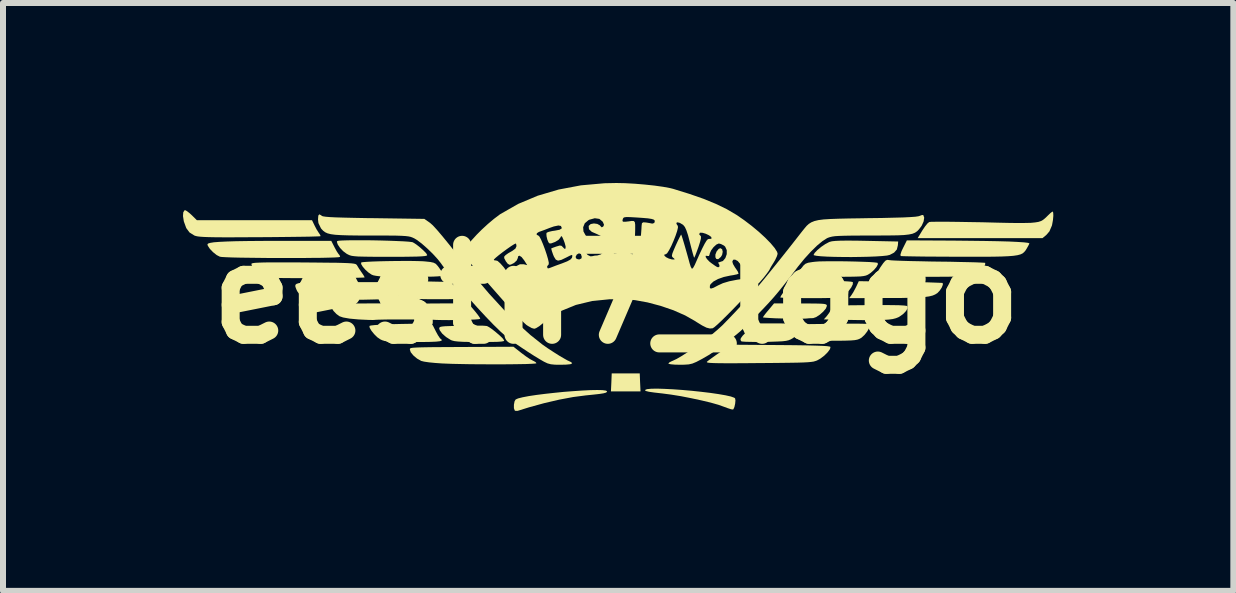
<source format=kicad_pcb>
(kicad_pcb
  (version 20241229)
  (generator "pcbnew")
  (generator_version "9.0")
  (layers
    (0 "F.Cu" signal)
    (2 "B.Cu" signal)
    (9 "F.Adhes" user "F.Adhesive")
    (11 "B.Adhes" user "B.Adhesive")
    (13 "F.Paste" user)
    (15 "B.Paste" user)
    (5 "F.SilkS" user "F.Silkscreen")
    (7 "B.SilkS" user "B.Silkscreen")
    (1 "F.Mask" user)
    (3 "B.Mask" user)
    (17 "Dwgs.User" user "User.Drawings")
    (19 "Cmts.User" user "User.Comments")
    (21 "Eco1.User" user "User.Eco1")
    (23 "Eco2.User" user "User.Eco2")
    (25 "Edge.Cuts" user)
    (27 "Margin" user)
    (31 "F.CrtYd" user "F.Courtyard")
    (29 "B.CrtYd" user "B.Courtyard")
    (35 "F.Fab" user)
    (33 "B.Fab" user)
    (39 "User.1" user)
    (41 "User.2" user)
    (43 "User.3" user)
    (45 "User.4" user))
  (footprint "eestn7_logo"
    (layer "F.Cu")
    (at 7.223 1.852)
    (property "Reference" "eestn7_logo" (at 0 0 0) (layer "F.SilkS") (effects (font (size 1.5 1.5) (thickness 0.3))))
    (attr board_only exclude_from_pos_files exclude_from_bom)
    (fp_poly (pts (xy 0.395 1.471) (xy 0.402 1.621) (xy 0.155 1.621) (xy -0.091 1.621) (xy -0.084 1.471) (xy -0.078 1.321) (xy 0.155 1.321) (xy 0.389 1.321)) (stroke (width 0) (type solid)) (fill yes) (layer "F.SilkS"))
    (fp_poly (pts (xy 1.762 -0.748) (xy 1.772 -0.706) (xy 1.762 -0.655) (xy 1.741 -0.62) (xy 1.697 -0.583) (xy 1.666 -0.586) (xy 1.65 -0.614) (xy 1.65 -0.66) (xy 1.671 -0.713) (xy 1.705 -0.754) (xy 1.733 -0.766)) (stroke (width 0) (type solid)) (fill yes) (layer "F.SilkS"))
    (fp_poly (pts (xy 4.583 0.183) (xy 4.71 0.185) (xy 4.797 0.19) (xy 4.843 0.197) (xy 4.849 0.199) (xy 4.854 0.232) (xy 4.829 0.279) (xy 4.781 0.33) (xy 4.718 0.375) (xy 4.698 0.386) (xy 4.657 0.402) (xy 4.606 0.415) (xy 4.539 0.424) (xy 4.452 0.43) (xy 4.339 0.434) (xy 4.196 0.434) (xy 4.018 0.432) (xy 3.843 0.429) (xy 3.457 0.421) (xy 3.502 0.371) (xy 3.545 0.314) (xy 3.578 0.255) (xy 3.609 0.189) (xy 4.217 0.183) (xy 4.418 0.182)) (stroke (width 0) (type solid)) (fill yes) (layer "F.SilkS"))
    (fp_poly (pts (xy -3.413 0.289) (xy -3.334 0.422) (xy -3.664 0.422) (xy -3.782 0.422) (xy -3.885 0.424) (xy -3.966 0.426) (xy -4.014 0.428) (xy -4.022 0.429) (xy -4.056 0.431) (xy -4.123 0.43) (xy -4.213 0.426) (xy -4.296 0.422) (xy -4.447 0.408) (xy -4.555 0.389) (xy -4.614 0.369) (xy -4.665 0.332) (xy -4.714 0.281) (xy -4.749 0.228) (xy -4.763 0.185) (xy -4.76 0.174) (xy -4.736 0.169) (xy -4.673 0.165) (xy -4.577 0.161) (xy -4.454 0.158) (xy -4.309 0.156) (xy -4.149 0.155) (xy -4.121 0.155) (xy -3.493 0.155)) (stroke (width 0) (type solid)) (fill yes) (layer "F.SilkS"))
    (fp_poly (pts (xy -2.363 0.278) (xy -2.314 0.339) (xy -2.28 0.386) (xy -2.269 0.411) (xy -2.27 0.412) (xy -2.297 0.418) (xy -2.36 0.423) (xy -2.45 0.427) (xy -2.558 0.43) (xy -2.676 0.432) (xy -2.795 0.433) (xy -2.907 0.432) (xy -3.002 0.43) (xy -3.072 0.426) (xy -3.102 0.422) (xy -3.176 0.4) (xy -3.242 0.371) (xy -3.252 0.365) (xy -3.304 0.321) (xy -3.353 0.265) (xy -3.387 0.211) (xy -3.397 0.18) (xy -3.379 0.171) (xy -3.324 0.164) (xy -3.23 0.159) (xy -3.095 0.156) (xy -2.932 0.155) (xy -2.468 0.155)) (stroke (width 0) (type solid)) (fill yes) (layer "F.SilkS"))
    (fp_poly (pts (xy 4.734 -0.205) (xy 4.905 -0.202) (xy 5.062 -0.199) (xy 5.198 -0.196) (xy 5.309 -0.192) (xy 5.388 -0.189) (xy 5.432 -0.187) (xy 5.438 -0.186) (xy 5.441 -0.157) (xy 5.422 -0.109) (xy 5.388 -0.058) (xy 5.348 -0.016) (xy 5.347 -0.016) (xy 5.312 0.006) (xy 5.269 0.024) (xy 5.212 0.038) (xy 5.138 0.048) (xy 5.041 0.055) (xy 4.915 0.06) (xy 4.758 0.064) (xy 4.562 0.065) (xy 4.477 0.065) (xy 3.88 0.067) (xy 3.917 0.017) (xy 3.95 -0.035) (xy 3.987 -0.104) (xy 3.997 -0.124) (xy 4.04 -0.216)) (stroke (width 0) (type solid)) (fill yes) (layer "F.SilkS"))
    (fp_poly (pts (xy 2.843 0.489) (xy 2.949 0.492) (xy 3.022 0.496) (xy 3.067 0.503) (xy 3.089 0.513) (xy 3.093 0.519) (xy 3.09 0.565) (xy 3.057 0.624) (xy 3.003 0.686) (xy 2.939 0.735) (xy 2.904 0.755) (xy 2.869 0.769) (xy 2.826 0.779) (xy 2.765 0.786) (xy 2.681 0.79) (xy 2.565 0.794) (xy 2.476 0.795) (xy 2.35 0.797) (xy 2.24 0.796) (xy 2.154 0.794) (xy 2.098 0.79) (xy 2.081 0.786) (xy 2.068 0.763) (xy 2.074 0.734) (xy 2.105 0.692) (xy 2.165 0.631) (xy 2.189 0.607) (xy 2.314 0.488) (xy 2.698 0.488)) (stroke (width 0) (type solid)) (fill yes) (layer "F.SilkS"))
    (fp_poly (pts (xy 4.006 -0.891) (xy 4.163 -0.888) (xy 4.696 -0.877) (xy 4.691 -0.814) (xy 4.674 -0.744) (xy 4.628 -0.692) (xy 4.556 -0.654) (xy 4.51 -0.643) (xy 4.431 -0.635) (xy 4.325 -0.628) (xy 4.2 -0.623) (xy 4.061 -0.62) (xy 3.916 -0.618) (xy 3.772 -0.619) (xy 3.634 -0.621) (xy 3.511 -0.625) (xy 3.408 -0.631) (xy 3.333 -0.639) (xy 3.292 -0.648) (xy 3.286 -0.653) (xy 3.304 -0.687) (xy 3.349 -0.734) (xy 3.411 -0.786) (xy 3.48 -0.833) (xy 3.544 -0.867) (xy 3.554 -0.871) (xy 3.593 -0.881) (xy 3.652 -0.887) (xy 3.738 -0.891) (xy 3.854 -0.892)) (stroke (width 0) (type solid)) (fill yes) (layer "F.SilkS"))
    (fp_poly (pts (xy -0.231 1.6) (xy -0.174 1.608) (xy -0.155 1.62) (xy -0.161 1.633) (xy -0.18 1.644) (xy -0.22 1.654) (xy -0.286 1.664) (xy -0.385 1.675) (xy -0.512 1.688) (xy -0.72 1.715) (xy -0.955 1.759) (xy -1.204 1.817) (xy -1.455 1.886) (xy -1.644 1.945) (xy -1.682 1.946) (xy -1.694 1.94) (xy -1.708 1.901) (xy -1.708 1.843) (xy -1.697 1.786) (xy -1.679 1.756) (xy -1.638 1.738) (xy -1.563 1.719) (xy -1.458 1.699) (xy -1.331 1.68) (xy -1.188 1.662) (xy -1.034 1.645) (xy -0.876 1.629) (xy -0.719 1.617) (xy -0.57 1.607) (xy -0.435 1.6) (xy -0.32 1.598)) (stroke (width 0) (type solid)) (fill yes) (layer "F.SilkS"))
    (fp_poly (pts (xy 3.218 0.156) (xy 3.329 0.157) (xy 3.408 0.159) (xy 3.46 0.163) (xy 3.49 0.17) (xy 3.504 0.18) (xy 3.508 0.193) (xy 3.508 0.197) (xy 3.491 0.24) (xy 3.446 0.293) (xy 3.388 0.344) (xy 3.328 0.383) (xy 3.279 0.4) (xy 3.278 0.4) (xy 3.214 0.402) (xy 3.161 0.407) (xy 3.116 0.409) (xy 3.037 0.409) (xy 2.933 0.409) (xy 2.815 0.407) (xy 2.77 0.406) (xy 2.655 0.403) (xy 2.558 0.398) (xy 2.486 0.393) (xy 2.447 0.389) (xy 2.442 0.386) (xy 2.456 0.364) (xy 2.49 0.319) (xy 2.535 0.265) (xy 2.627 0.155) (xy 3.067 0.155)) (stroke (width 0) (type solid)) (fill yes) (layer "F.SilkS"))
    (fp_poly (pts (xy 4.074 0.493) (xy 4.157 0.495) (xy 4.205 0.497) (xy 4.214 0.499) (xy 4.225 0.523) (xy 4.211 0.568) (xy 4.179 0.624) (xy 4.135 0.68) (xy 4.086 0.725) (xy 4.072 0.734) (xy 4.045 0.748) (xy 4.014 0.759) (xy 3.971 0.767) (xy 3.91 0.772) (xy 3.826 0.775) (xy 3.71 0.777) (xy 3.558 0.777) (xy 3.533 0.777) (xy 3.394 0.777) (xy 3.272 0.775) (xy 3.172 0.772) (xy 3.101 0.769) (xy 3.067 0.765) (xy 3.064 0.764) (xy 3.075 0.738) (xy 3.103 0.694) (xy 3.105 0.692) (xy 3.143 0.626) (xy 3.168 0.566) (xy 3.19 0.5) (xy 3.687 0.494) (xy 3.832 0.492) (xy 3.964 0.492)) (stroke (width 0) (type solid)) (fill yes) (layer "F.SilkS"))
    (fp_poly (pts (xy -4.63 -0.2) (xy -3.931 -0.2) (xy -3.883 -0.105) (xy -3.847 -0.04) (xy -3.812 0.014) (xy -3.802 0.028) (xy -3.779 0.061) (xy -3.776 0.075) (xy -3.803 0.079) (xy -3.867 0.084) (xy -3.96 0.087) (xy -4.077 0.09) (xy -4.209 0.093) (xy -4.349 0.094) (xy -4.49 0.095) (xy -4.626 0.095) (xy -4.748 0.094) (xy -4.849 0.091) (xy -4.885 0.09) (xy -5.034 0.08) (xy -5.145 0.063) (xy -5.226 0.038) (xy -5.281 0.003) (xy -5.318 -0.046) (xy -5.33 -0.07) (xy -5.344 -0.105) (xy -5.352 -0.133) (xy -5.349 -0.155) (xy -5.331 -0.171) (xy -5.294 -0.183) (xy -5.235 -0.191) (xy -5.149 -0.196) (xy -5.031 -0.199) (xy -4.879 -0.2) (xy -4.687 -0.2)) (stroke (width 0) (type solid)) (fill yes) (layer "F.SilkS"))
    (fp_poly (pts (xy -3.265 0.497) (xy -3.21 0.5) (xy -3.062 0.516) (xy -3.008 0.623) (xy -2.974 0.685) (xy -2.944 0.73) (xy -2.931 0.744) (xy -2.91 0.761) (xy -2.913 0.775) (xy -2.944 0.785) (xy -3.006 0.792) (xy -3.103 0.796) (xy -3.237 0.798) (xy -3.38 0.798) (xy -3.539 0.798) (xy -3.661 0.796) (xy -3.751 0.793) (xy -3.817 0.788) (xy -3.864 0.78) (xy -3.901 0.769) (xy -3.932 0.755) (xy -3.935 0.753) (xy -3.986 0.718) (xy -4.038 0.666) (xy -4.083 0.61) (xy -4.112 0.561) (xy -4.116 0.53) (xy -4.092 0.523) (xy -4.03 0.516) (xy -3.941 0.51) (xy -3.831 0.505) (xy -3.71 0.5) (xy -3.584 0.497) (xy -3.463 0.495) (xy -3.353 0.495)) (stroke (width 0) (type solid)) (fill yes) (layer "F.SilkS"))
    (fp_poly (pts (xy -2.248 0.528) (xy -2.187 0.529) (xy -2.166 0.53) (xy -2.129 0.546) (xy -2.072 0.584) (xy -2.007 0.636) (xy -1.944 0.69) (xy -1.894 0.739) (xy -1.87 0.773) (xy -1.87 0.773) (xy -1.878 0.783) (xy -1.914 0.79) (xy -1.979 0.795) (xy -2.08 0.797) (xy -2.22 0.798) (xy -2.279 0.798) (xy -2.435 0.797) (xy -2.552 0.795) (xy -2.638 0.79) (xy -2.699 0.783) (xy -2.742 0.772) (xy -2.764 0.762) (xy -2.84 0.714) (xy -2.903 0.658) (xy -2.943 0.604) (xy -2.953 0.573) (xy -2.95 0.558) (xy -2.937 0.547) (xy -2.907 0.54) (xy -2.854 0.535) (xy -2.773 0.532) (xy -2.657 0.53) (xy -2.581 0.529) (xy -2.454 0.528) (xy -2.34 0.528)) (stroke (width 0) (type solid)) (fill yes) (layer "F.SilkS"))
    (fp_poly (pts (xy 0.801 1.579) (xy 0.943 1.586) (xy 1.097 1.597) (xy 1.257 1.611) (xy 1.415 1.628) (xy 1.565 1.646) (xy 1.702 1.666) (xy 1.818 1.686) (xy 1.907 1.706) (xy 1.963 1.726) (xy 1.978 1.737) (xy 1.984 1.772) (xy 1.979 1.826) (xy 1.967 1.881) (xy 1.95 1.918) (xy 1.943 1.923) (xy 1.912 1.919) (xy 1.854 1.9) (xy 1.797 1.879) (xy 1.702 1.845) (xy 1.572 1.808) (xy 1.417 1.771) (xy 1.249 1.735) (xy 1.076 1.701) (xy 0.908 1.674) (xy 0.755 1.654) (xy 0.744 1.653) (xy 0.623 1.639) (xy 0.541 1.627) (xy 0.494 1.615) (xy 0.477 1.604) (xy 0.478 1.597) (xy 0.509 1.584) (xy 0.578 1.577) (xy 0.677 1.575)) (stroke (width 0) (type solid)) (fill yes) (layer "F.SilkS"))
    (fp_poly (pts (xy -3.466 -0.217) (xy -3.289 -0.214) (xy -3.142 -0.211) (xy -3.01 -0.208) (xy -2.9 -0.206) (xy -2.817 -0.204) (xy -2.77 -0.202) (xy -2.76 -0.202) (xy -2.742 -0.182) (xy -2.709 -0.137) (xy -2.668 -0.078) (xy -2.627 -0.016) (xy -2.594 0.036) (xy -2.576 0.067) (xy -2.576 0.07) (xy -2.596 0.076) (xy -2.654 0.08) (xy -2.74 0.083) (xy -2.847 0.085) (xy -2.968 0.085) (xy -3.094 0.085) (xy -3.217 0.083) (xy -3.33 0.08) (xy -3.425 0.076) (xy -3.495 0.07) (xy -3.508 0.069) (xy -3.593 0.047) (xy -3.677 0.012) (xy -3.692 0.003) (xy -3.753 -0.045) (xy -3.801 -0.103) (xy -3.829 -0.159) (xy -3.829 -0.2) (xy -3.829 -0.202) (xy -3.802 -0.21) (xy -3.733 -0.216) (xy -3.621 -0.218)) (stroke (width 0) (type solid)) (fill yes) (layer "F.SilkS"))
    (fp_poly (pts (xy 3.507 -0.222) (xy 3.633 -0.22) (xy 3.747 -0.218) (xy 3.842 -0.213) (xy 3.909 -0.208) (xy 3.94 -0.201) (xy 3.941 -0.199) (xy 3.94 -0.164) (xy 3.914 -0.111) (xy 3.87 -0.052) (xy 3.817 -0.000309) (xy 3.787 0.021) (xy 3.76 0.036) (xy 3.73 0.047) (xy 3.691 0.055) (xy 3.635 0.061) (xy 3.557 0.064) (xy 3.45 0.066) (xy 3.309 0.067) (xy 3.222 0.067) (xy 3.08 0.066) (xy 2.954 0.065) (xy 2.85 0.063) (xy 2.775 0.06) (xy 2.736 0.057) (xy 2.731 0.056) (xy 2.744 0.027) (xy 2.778 -0.023) (xy 2.823 -0.082) (xy 2.871 -0.14) (xy 2.911 -0.184) (xy 2.932 -0.2) (xy 2.967 -0.208) (xy 3.036 -0.213) (xy 3.133 -0.218) (xy 3.249 -0.221) (xy 3.376 -0.222)) (stroke (width 0) (type solid)) (fill yes) (layer "F.SilkS"))
    (fp_poly (pts (xy 5.612 -0.892) (xy 5.892 -0.889) (xy 6.141 -0.886) (xy 6.357 -0.882) (xy 6.539 -0.877) (xy 6.684 -0.87) (xy 6.792 -0.863) (xy 6.858 -0.855) (xy 6.883 -0.847) (xy 6.883 -0.846) (xy 6.872 -0.82) (xy 6.846 -0.773) (xy 6.838 -0.759) (xy 6.818 -0.727) (xy 6.796 -0.701) (xy 6.77 -0.679) (xy 6.734 -0.662) (xy 6.685 -0.649) (xy 6.619 -0.639) (xy 6.532 -0.632) (xy 6.419 -0.627) (xy 6.277 -0.624) (xy 6.102 -0.623) (xy 5.89 -0.623) (xy 5.701 -0.623) (xy 5.501 -0.624) (xy 5.314 -0.625) (xy 5.145 -0.626) (xy 5 -0.628) (xy 4.882 -0.63) (xy 4.796 -0.632) (xy 4.747 -0.634) (xy 4.738 -0.635) (xy 4.734 -0.66) (xy 4.752 -0.716) (xy 4.778 -0.77) (xy 4.841 -0.896)) (stroke (width 0) (type solid)) (fill yes) (layer "F.SilkS"))
    (fp_poly (pts (xy 7.28 -1.357) (xy 7.282 -1.306) (xy 7.276 -1.236) (xy 7.262 -1.159) (xy 7.258 -1.142) (xy 7.217 -1.046) (xy 7.167 -0.988) (xy 7.101 -0.933) (xy 6.061 -0.933) (xy 5.021 -0.933) (xy 5.098 -1.06) (xy 5.143 -1.127) (xy 5.185 -1.179) (xy 5.214 -1.202) (xy 5.244 -1.205) (xy 5.314 -1.206) (xy 5.418 -1.207) (xy 5.551 -1.206) (xy 5.709 -1.204) (xy 5.885 -1.201) (xy 6.076 -1.198) (xy 6.124 -1.197) (xy 6.352 -1.191) (xy 6.539 -1.187) (xy 6.691 -1.185) (xy 6.812 -1.186) (xy 6.906 -1.188) (xy 6.979 -1.195) (xy 7.034 -1.204) (xy 7.076 -1.218) (xy 7.11 -1.237) (xy 7.14 -1.261) (xy 7.171 -1.29) (xy 7.19 -1.309) (xy 7.234 -1.351) (xy 7.264 -1.374) (xy 7.27 -1.377)) (stroke (width 0) (type solid)) (fill yes) (layer "F.SilkS"))
    (fp_poly (pts (xy -4.697 -0.779) (xy -4.662 -0.715) (xy -4.632 -0.669) (xy -4.618 -0.655) (xy -4.605 -0.628) (xy -4.608 -0.62) (xy -4.632 -0.615) (xy -4.696 -0.611) (xy -4.793 -0.608) (xy -4.917 -0.605) (xy -5.065 -0.604) (xy -5.229 -0.602) (xy -5.405 -0.602) (xy -5.588 -0.602) (xy -5.77 -0.602) (xy -5.948 -0.604) (xy -6.116 -0.606) (xy -6.268 -0.608) (xy -6.399 -0.611) (xy -6.503 -0.615) (xy -6.576 -0.619) (xy -6.609 -0.624) (xy -6.662 -0.651) (xy -6.722 -0.699) (xy -6.775 -0.754) (xy -6.809 -0.805) (xy -6.816 -0.83) (xy -6.805 -0.843) (xy -6.77 -0.854) (xy -6.708 -0.864) (xy -6.617 -0.871) (xy -6.494 -0.877) (xy -6.337 -0.882) (xy -6.144 -0.885) (xy -5.913 -0.887) (xy -5.639 -0.888) (xy -5.568 -0.888) (xy -4.752 -0.888)) (stroke (width 0) (type solid)) (fill yes) (layer "F.SilkS"))
    (fp_poly (pts (xy -7.158 -1.384) (xy -7.111 -1.347) (xy -7.077 -1.316) (xy -6.992 -1.232) (xy -6.032 -1.232) (xy -5.073 -1.232) (xy -5.029 -1.141) (xy -4.995 -1.076) (xy -4.962 -1.024) (xy -4.954 -1.013) (xy -4.933 -0.979) (xy -4.933 -0.965) (xy -4.957 -0.963) (xy -5.021 -0.961) (xy -5.12 -0.958) (xy -5.25 -0.956) (xy -5.406 -0.954) (xy -5.585 -0.952) (xy -5.781 -0.95) (xy -5.95 -0.949) (xy -6.191 -0.948) (xy -6.392 -0.947) (xy -6.557 -0.947) (xy -6.689 -0.948) (xy -6.794 -0.95) (xy -6.874 -0.953) (xy -6.934 -0.957) (xy -6.978 -0.962) (xy -7.01 -0.969) (xy -7.034 -0.977) (xy -7.037 -0.979) (xy -7.115 -1.028) (xy -7.169 -1.101) (xy -7.207 -1.206) (xy -7.21 -1.216) (xy -7.223 -1.3) (xy -7.219 -1.362) (xy -7.199 -1.396) (xy -7.187 -1.399)) (stroke (width 0) (type solid)) (fill yes) (layer "F.SilkS"))
    (fp_poly (pts (xy -3.426 -0.553) (xy -3.314 -0.551) (xy -3.226 -0.548) (xy -3.189 -0.545) (xy -3.102 -0.536) (xy -3.047 -0.524) (xy -3.01 -0.505) (xy -2.978 -0.47) (xy -2.954 -0.438) (xy -2.915 -0.38) (xy -2.891 -0.333) (xy -2.886 -0.318) (xy -2.895 -0.308) (xy -2.923 -0.301) (xy -2.975 -0.296) (xy -3.055 -0.292) (xy -3.168 -0.29) (xy -3.319 -0.289) (xy -3.447 -0.289) (xy -3.625 -0.29) (xy -3.765 -0.291) (xy -3.871 -0.294) (xy -3.95 -0.298) (xy -4.007 -0.305) (xy -4.048 -0.313) (xy -4.078 -0.324) (xy -4.081 -0.326) (xy -4.132 -0.36) (xy -4.184 -0.407) (xy -4.228 -0.458) (xy -4.254 -0.501) (xy -4.254 -0.527) (xy -4.227 -0.533) (xy -4.163 -0.538) (xy -4.07 -0.543) (xy -3.955 -0.547) (xy -3.825 -0.55) (xy -3.689 -0.552) (xy -3.553 -0.553)) (stroke (width 0) (type solid)) (fill yes) (layer "F.SilkS"))
    (fp_poly (pts (xy 2.735 0.849) (xy 2.971 0.851) (xy 3.164 0.854) (xy 3.317 0.858) (xy 3.432 0.862) (xy 3.511 0.867) (xy 3.555 0.874) (xy 3.568 0.88) (xy 3.56 0.916) (xy 3.523 0.967) (xy 3.467 1.023) (xy 3.402 1.073) (xy 3.367 1.093) (xy 3.343 1.106) (xy 3.317 1.115) (xy 3.286 1.124) (xy 3.245 1.13) (xy 3.189 1.135) (xy 3.115 1.139) (xy 3.016 1.142) (xy 2.89 1.144) (xy 2.732 1.146) (xy 2.536 1.148) (xy 2.376 1.149) (xy 2.15 1.151) (xy 1.965 1.152) (xy 1.818 1.152) (xy 1.704 1.151) (xy 1.619 1.149) (xy 1.561 1.146) (xy 1.525 1.142) (xy 1.509 1.136) (xy 1.507 1.129) (xy 1.51 1.126) (xy 1.542 1.1) (xy 1.601 1.057) (xy 1.677 1.003) (xy 1.727 0.969) (xy 1.911 0.843)) (stroke (width 0) (type solid)) (fill yes) (layer "F.SilkS"))
    (fp_poly (pts (xy 3.719 -0.548) (xy 3.854 -0.546) (xy 3.988 -0.543) (xy 4.112 -0.539) (xy 4.218 -0.535) (xy 4.299 -0.529) (xy 4.346 -0.523) (xy 4.354 -0.52) (xy 4.358 -0.496) (xy 4.335 -0.453) (xy 4.293 -0.403) (xy 4.24 -0.356) (xy 4.21 -0.335) (xy 4.184 -0.32) (xy 4.156 -0.309) (xy 4.119 -0.301) (xy 4.067 -0.295) (xy 3.994 -0.292) (xy 3.895 -0.29) (xy 3.764 -0.289) (xy 3.594 -0.289) (xy 3.59 -0.289) (xy 3.393 -0.29) (xy 3.239 -0.292) (xy 3.127 -0.297) (xy 3.058 -0.304) (xy 3.03 -0.312) (xy 3.029 -0.313) (xy 3.033 -0.343) (xy 3.058 -0.394) (xy 3.081 -0.429) (xy 3.118 -0.477) (xy 3.151 -0.506) (xy 3.195 -0.523) (xy 3.262 -0.534) (xy 3.311 -0.54) (xy 3.377 -0.545) (xy 3.472 -0.547) (xy 3.589 -0.548)) (stroke (width 0) (type solid)) (fill yes) (layer "F.SilkS"))
    (fp_poly (pts (xy -4.222 -0.898) (xy -4.079 -0.897) (xy -3.933 -0.894) (xy -3.791 -0.89) (xy -3.661 -0.885) (xy -3.548 -0.88) (xy -3.461 -0.874) (xy -3.405 -0.867) (xy -3.391 -0.863) (xy -3.334 -0.827) (xy -3.272 -0.778) (xy -3.214 -0.726) (xy -3.17 -0.681) (xy -3.153 -0.651) (xy -3.153 -0.65) (xy -3.161 -0.642) (xy -3.19 -0.635) (xy -3.242 -0.63) (xy -3.322 -0.626) (xy -3.434 -0.624) (xy -3.583 -0.622) (xy -3.771 -0.622) (xy -3.78 -0.622) (xy -3.964 -0.622) (xy -4.109 -0.623) (xy -4.22 -0.625) (xy -4.304 -0.627) (xy -4.365 -0.632) (xy -4.41 -0.638) (xy -4.443 -0.647) (xy -4.47 -0.659) (xy -4.495 -0.672) (xy -4.553 -0.715) (xy -4.605 -0.769) (xy -4.643 -0.825) (xy -4.658 -0.869) (xy -4.654 -0.884) (xy -4.629 -0.89) (xy -4.566 -0.894) (xy -4.473 -0.897) (xy -4.356 -0.898)) (stroke (width 0) (type solid)) (fill yes) (layer "F.SilkS"))
    (fp_poly (pts (xy -1.582 0.982) (xy -1.508 1.037) (xy -1.441 1.082) (xy -1.393 1.108) (xy -1.39 1.109) (xy -1.348 1.132) (xy -1.332 1.152) (xy -1.353 1.157) (xy -1.413 1.161) (xy -1.506 1.165) (xy -1.626 1.167) (xy -1.767 1.169) (xy -1.923 1.17) (xy -2.089 1.17) (xy -2.259 1.169) (xy -2.427 1.168) (xy -2.588 1.165) (xy -2.734 1.162) (xy -2.862 1.157) (xy -2.909 1.155) (xy -3.022 1.147) (xy -3.124 1.137) (xy -3.205 1.125) (xy -3.253 1.113) (xy -3.322 1.074) (xy -3.384 1.022) (xy -3.428 0.968) (xy -3.441 0.928) (xy -3.442 0.919) (xy -3.441 0.91) (xy -3.435 0.904) (xy -3.42 0.898) (xy -3.393 0.894) (xy -3.35 0.891) (xy -3.287 0.888) (xy -3.201 0.886) (xy -3.089 0.884) (xy -2.946 0.883) (xy -2.768 0.882) (xy -2.553 0.881) (xy -2.34 0.88) (xy -1.715 0.877)) (stroke (width 0) (type solid)) (fill yes) (layer "F.SilkS"))
    (fp_poly (pts (xy 4.543 -0.568) (xy 4.548 -0.567) (xy 4.584 -0.563) (xy 4.658 -0.559) (xy 4.766 -0.555) (xy 4.901 -0.551) (xy 5.058 -0.548) (xy 5.232 -0.544) (xy 5.372 -0.542) (xy 5.552 -0.54) (xy 5.717 -0.536) (xy 5.863 -0.533) (xy 5.984 -0.53) (xy 6.075 -0.526) (xy 6.131 -0.523) (xy 6.147 -0.521) (xy 6.146 -0.496) (xy 6.128 -0.448) (xy 6.123 -0.436) (xy 6.104 -0.4) (xy 6.083 -0.37) (xy 6.056 -0.346) (xy 6.018 -0.327) (xy 5.964 -0.313) (xy 5.891 -0.303) (xy 5.794 -0.296) (xy 5.67 -0.292) (xy 5.513 -0.29) (xy 5.319 -0.289) (xy 5.135 -0.289) (xy 4.951 -0.289) (xy 4.781 -0.29) (xy 4.631 -0.291) (xy 4.505 -0.293) (xy 4.408 -0.296) (xy 4.347 -0.299) (xy 4.324 -0.301) (xy 4.329 -0.325) (xy 4.355 -0.374) (xy 4.395 -0.44) (xy 4.4 -0.448) (xy 4.448 -0.517) (xy 4.482 -0.556) (xy 4.511 -0.571)) (stroke (width 0) (type solid)) (fill yes) (layer "F.SilkS"))
    (fp_poly (pts (xy -5.413 -0.529) (xy -5.215 -0.528) (xy -4.995 -0.526) (xy -4.816 -0.524) (xy -4.673 -0.523) (xy -4.562 -0.52) (xy -4.478 -0.517) (xy -4.417 -0.513) (xy -4.376 -0.508) (xy -4.349 -0.502) (xy -4.334 -0.493) (xy -4.324 -0.483) (xy -4.321 -0.477) (xy -4.292 -0.429) (xy -4.252 -0.37) (xy -4.246 -0.362) (xy -4.214 -0.314) (xy -4.197 -0.283) (xy -4.196 -0.279) (xy -4.218 -0.276) (xy -4.279 -0.274) (xy -4.374 -0.271) (xy -4.5 -0.269) (xy -4.65 -0.268) (xy -4.82 -0.267) (xy -5.006 -0.267) (xy -5.023 -0.267) (xy -5.238 -0.267) (xy -5.413 -0.267) (xy -5.552 -0.268) (xy -5.661 -0.27) (xy -5.744 -0.273) (xy -5.805 -0.277) (xy -5.848 -0.283) (xy -5.88 -0.29) (xy -5.903 -0.3) (xy -5.919 -0.308) (xy -5.982 -0.356) (xy -6.037 -0.415) (xy -6.074 -0.471) (xy -6.084 -0.503) (xy -6.077 -0.511) (xy -6.057 -0.517) (xy -6.018 -0.522) (xy -5.956 -0.525) (xy -5.869 -0.528) (xy -5.751 -0.529) (xy -5.601 -0.529)) (stroke (width 0) (type solid)) (fill yes) (layer "F.SilkS"))
    (fp_poly (pts (xy -4.919 -1.313) (xy -4.91 -1.304) (xy -4.891 -1.297) (xy -4.847 -1.29) (xy -4.776 -1.284) (xy -4.675 -1.279) (xy -4.54 -1.275) (xy -4.368 -1.271) (xy -4.157 -1.267) (xy -4.042 -1.266) (xy -3.201 -1.254) (xy -3.105 -1.187) (xy -3.059 -1.146) (xy -2.99 -1.071) (xy -2.899 -0.964) (xy -2.789 -0.829) (xy -2.661 -0.667) (xy -2.609 -0.6) (xy -2.363 -0.291) (xy -2.119 -0.005) (xy -1.881 0.255) (xy -1.651 0.485) (xy -1.432 0.682) (xy -1.228 0.844) (xy -1.143 0.903) (xy -1.042 0.969) (xy -0.947 1.029) (xy -0.868 1.075) (xy -0.815 1.105) (xy -0.805 1.109) (xy -0.751 1.135) (xy -0.738 1.155) (xy -0.767 1.168) (xy -0.839 1.175) (xy -0.927 1.177) (xy -1.024 1.176) (xy -1.092 1.169) (xy -1.148 1.154) (xy -1.207 1.126) (xy -1.266 1.092) (xy -1.367 1.031) (xy -1.481 0.958) (xy -1.597 0.881) (xy -1.704 0.808) (xy -1.79 0.745) (xy -1.83 0.714) (xy -1.928 0.627) (xy -2.047 0.511) (xy -2.179 0.374) (xy -2.319 0.223) (xy -2.461 0.065) (xy -2.597 -0.094) (xy -2.723 -0.246) (xy -2.83 -0.383) (xy -2.914 -0.499) (xy -2.916 -0.503) (xy -2.977 -0.581) (xy -3.059 -0.671) (xy -3.152 -0.761) (xy -3.245 -0.843) (xy -3.328 -0.905) (xy -3.368 -0.929) (xy -3.398 -0.943) (xy -3.428 -0.954) (xy -3.465 -0.962) (xy -3.515 -0.968) (xy -3.582 -0.972) (xy -3.673 -0.975) (xy -3.793 -0.976) (xy -3.947 -0.977) (xy -4.096 -0.977) (xy -4.297 -0.977) (xy -4.459 -0.979) (xy -4.586 -0.983) (xy -4.685 -0.989) (xy -4.759 -0.999) (xy -4.814 -1.013) (xy -4.855 -1.032) (xy -4.888 -1.057) (xy -4.917 -1.088) (xy -4.925 -1.099) (xy -4.966 -1.184) (xy -4.973 -1.246) (xy -4.968 -1.309) (xy -4.951 -1.33)) (stroke (width 0) (type solid)) (fill yes) (layer "F.SilkS"))
    (fp_poly (pts (xy 5.115 -1.317) (xy 5.13 -1.274) (xy 5.12 -1.211) (xy 5.089 -1.142) (xy 5.072 -1.118) (xy 5.042 -1.079) (xy 5.012 -1.048) (xy 4.977 -1.024) (xy 4.933 -1.006) (xy 4.874 -0.994) (xy 4.795 -0.985) (xy 4.691 -0.98) (xy 4.556 -0.978) (xy 4.386 -0.977) (xy 4.247 -0.976) (xy 4.06 -0.976) (xy 3.912 -0.975) (xy 3.797 -0.973) (xy 3.709 -0.97) (xy 3.644 -0.966) (xy 3.596 -0.959) (xy 3.558 -0.95) (xy 3.526 -0.939) (xy 3.51 -0.932) (xy 3.436 -0.885) (xy 3.343 -0.808) (xy 3.239 -0.706) (xy 3.131 -0.587) (xy 3.024 -0.456) (xy 3.007 -0.433) (xy 2.89 -0.279) (xy 2.791 -0.152) (xy 2.704 -0.044) (xy 2.621 0.054) (xy 2.536 0.149) (xy 2.441 0.25) (xy 2.334 0.36) (xy 2.067 0.618) (xy 1.807 0.833) (xy 1.55 1.009) (xy 1.418 1.085) (xy 1.332 1.13) (xy 1.267 1.157) (xy 1.206 1.171) (xy 1.131 1.176) (xy 1.057 1.177) (xy 0.971 1.175) (xy 0.905 1.169) (xy 0.87 1.161) (xy 0.866 1.157) (xy 0.885 1.136) (xy 0.93 1.114) (xy 0.934 1.113) (xy 1.002 1.081) (xy 1.095 1.027) (xy 1.206 0.955) (xy 1.328 0.871) (xy 1.451 0.781) (xy 1.569 0.691) (xy 1.672 0.605) (xy 1.754 0.531) (xy 1.765 0.521) (xy 1.886 0.397) (xy 2.001 0.276) (xy 2.113 0.155) (xy 2.225 0.028) (xy 2.343 -0.108) (xy 2.469 -0.259) (xy 2.606 -0.428) (xy 2.76 -0.62) (xy 2.934 -0.84) (xy 3.092 -1.042) (xy 3.133 -1.093) (xy 3.169 -1.136) (xy 3.206 -1.17) (xy 3.249 -1.197) (xy 3.301 -1.218) (xy 3.368 -1.234) (xy 3.454 -1.245) (xy 3.564 -1.252) (xy 3.703 -1.257) (xy 3.875 -1.261) (xy 4.084 -1.264) (xy 4.185 -1.266) (xy 4.424 -1.269) (xy 4.621 -1.274) (xy 4.778 -1.278) (xy 4.898 -1.284) (xy 4.982 -1.29) (xy 5.035 -1.298) (xy 5.054 -1.304) (xy 5.095 -1.319)) (stroke (width 0) (type solid)) (fill yes) (layer "F.SilkS"))
    (fp_poly (pts (xy 0.147 -1.849) (xy 0.308 -1.84) (xy 0.474 -1.826) (xy 0.634 -1.809) (xy 0.777 -1.789) (xy 0.892 -1.768) (xy 0.944 -1.755) (xy 1.218 -1.67) (xy 1.454 -1.588) (xy 1.658 -1.504) (xy 1.836 -1.418) (xy 1.993 -1.326) (xy 2.003 -1.32) (xy 2.129 -1.233) (xy 2.254 -1.138) (xy 2.373 -1.039) (xy 2.48 -0.941) (xy 2.57 -0.849) (xy 2.638 -0.768) (xy 2.678 -0.705) (xy 2.687 -0.672) (xy 2.675 -0.631) (xy 2.646 -0.569) (xy 2.62 -0.525) (xy 2.583 -0.466) (xy 2.559 -0.423) (xy 2.553 -0.409) (xy 2.54 -0.388) (xy 2.506 -0.341) (xy 2.458 -0.279) (xy 2.448 -0.267) (xy 2.386 -0.195) (xy 2.345 -0.161) (xy 2.327 -0.162) (xy 2.312 -0.177) (xy 2.309 -0.162) (xy 2.294 -0.135) (xy 2.253 -0.083) (xy 2.19 -0.011) (xy 2.113 0.074) (xy 2.025 0.167) (xy 1.933 0.262) (xy 1.843 0.353) (xy 1.759 0.436) (xy 1.688 0.503) (xy 1.635 0.549) (xy 1.605 0.569) (xy 1.605 0.569) (xy 1.558 0.573) (xy 1.502 0.559) (xy 1.43 0.523) (xy 1.334 0.464) (xy 1.31 0.448) (xy 1.146 0.355) (xy 0.951 0.269) (xy 0.738 0.196) (xy 0.519 0.138) (xy 0.309 0.1) (xy 0.212 0.091) (xy -0.109 0.085) (xy -0.405 0.115) (xy -0.675 0.18) (xy -0.918 0.279) (xy -1.135 0.413) (xy -1.225 0.486) (xy -1.286 0.535) (xy -1.34 0.568) (xy -1.37 0.577) (xy -1.412 0.565) (xy -1.471 0.532) (xy -1.5 0.513) (xy -1.539 0.478) (xy -1.602 0.415) (xy -1.684 0.329) (xy -1.778 0.227) (xy -1.88 0.114) (xy -1.943 0.043) (xy -2.051 -0.08) (xy -2.157 -0.201) (xy -2.255 -0.313) (xy -2.339 -0.409) (xy -2.403 -0.482) (xy -2.426 -0.508) (xy -2.48 -0.573) (xy -2.043 -0.573) (xy -2.027 -0.56) (xy -2.011 -0.562) (xy -1.98 -0.553) (xy -1.934 -0.512) (xy -1.88 -0.451) (xy -1.824 -0.376) (xy -1.771 -0.297) (xy -1.729 -0.223) (xy -1.704 -0.163) (xy -1.7 -0.125) (xy -1.706 -0.098) (xy -1.689 -0.093) (xy -1.666 -0.103) (xy 1.558 -0.103) (xy 1.575 -0.092) (xy 1.617 -0.105) (xy 1.688 -0.142) (xy 1.691 -0.144) (xy 1.776 -0.183) (xy 1.88 -0.214) (xy 2.012 -0.24) (xy 2.115 -0.255) (xy 2.187 -0.271) (xy 2.216 -0.296) (xy 2.205 -0.334) (xy 2.163 -0.379) (xy 2.111 -0.436) (xy 2.063 -0.502) (xy 2.062 -0.505) (xy 2.022 -0.552) (xy 1.979 -0.575) (xy 1.946 -0.573) (xy 1.932 -0.541) (xy 1.932 -0.541) (xy 1.944 -0.501) (xy 1.976 -0.446) (xy 1.989 -0.428) (xy 2.022 -0.379) (xy 2.035 -0.345) (xy 2.034 -0.339) (xy 2.006 -0.329) (xy 1.948 -0.317) (xy 1.897 -0.309) (xy 1.791 -0.286) (xy 1.694 -0.252) (xy 1.617 -0.21) (xy 1.569 -0.165) (xy 1.558 -0.139) (xy 1.558 -0.103) (xy -1.666 -0.103) (xy -1.647 -0.112) (xy -1.576 -0.157) (xy -1.515 -0.199) (xy -1.427 -0.262) (xy -1.372 -0.306) (xy -1.344 -0.338) (xy -1.339 -0.362) (xy -1.351 -0.384) (xy -1.352 -0.386) (xy -1.357 -0.389) (xy -1.288 -0.389) (xy -1.28 -0.345) (xy -1.253 -0.337) (xy -1.249 -0.337) (xy -1.217 -0.362) (xy -1.21 -0.389) (xy -1.227 -0.428) (xy -1.249 -0.44) (xy -1.278 -0.434) (xy -1.288 -0.395) (xy -1.288 -0.389) (xy -1.357 -0.389) (xy -1.373 -0.396) (xy -1.405 -0.382) (xy -1.457 -0.341) (xy -1.481 -0.319) (xy -1.537 -0.269) (xy -1.579 -0.234) (xy -1.598 -0.223) (xy -1.617 -0.24) (xy -1.652 -0.282) (xy -1.679 -0.319) (xy -1.749 -0.413) (xy -1.676 -0.463) (xy -1.607 -0.498) (xy -1.545 -0.498) (xy -1.545 -0.498) (xy -1.486 -0.483) (xy -1.537 -0.563) (xy -1.58 -0.618) (xy -1.616 -0.641) (xy -1.638 -0.63) (xy -1.643 -0.602) (xy -1.661 -0.561) (xy -1.705 -0.52) (xy -1.757 -0.493) (xy -1.781 -0.489) (xy -1.811 -0.506) (xy -1.844 -0.549) (xy -1.846 -0.554) (xy -1.87 -0.6) (xy -1.869 -0.627) (xy -1.846 -0.651) (xy -1.801 -0.683) (xy -1.741 -0.717) (xy -1.737 -0.719) (xy -1.683 -0.759) (xy -1.665 -0.8) (xy -1.671 -0.836) (xy -1.678 -0.844) (xy -1.705 -0.831) (xy -1.756 -0.799) (xy -1.822 -0.753) (xy -1.893 -0.701) (xy -1.959 -0.65) (xy -2.011 -0.607) (xy -2.04 -0.579) (xy -2.043 -0.573) (xy -2.48 -0.573) (xy -2.483 -0.578) (xy -2.528 -0.639) (xy -2.551 -0.681) (xy -2.553 -0.69) (xy -2.537 -0.736) (xy -2.492 -0.803) (xy -2.424 -0.886) (xy -2.339 -0.979) (xy -2.33 -0.989) (xy -1.329 -0.989) (xy -1.302 -0.977) (xy -1.282 -0.958) (xy -1.255 -0.907) (xy -1.224 -0.834) (xy -1.192 -0.75) (xy -1.163 -0.664) (xy -1.14 -0.586) (xy -1.127 -0.526) (xy -1.128 -0.495) (xy -1.131 -0.493) (xy -1.152 -0.467) (xy -1.155 -0.451) (xy -1.143 -0.428) (xy -1.116 -0.434) (xy -1.077 -0.449) (xy -1.01 -0.475) (xy -0.927 -0.505) (xy -0.91 -0.511) (xy -0.821 -0.546) (xy -0.768 -0.575) (xy -0.742 -0.603) (xy -0.737 -0.619) (xy -0.681 -0.619) (xy -0.663 -0.587) (xy -0.62 -0.577) (xy -0.584 -0.594) (xy -0.577 -0.62) (xy -0.591 -0.668) (xy -0.624 -0.68) (xy -0.66 -0.66) (xy -0.681 -0.619) (xy -0.737 -0.619) (xy -0.737 -0.619) (xy -0.734 -0.645) (xy -0.744 -0.653) (xy -0.775 -0.641) (xy -0.834 -0.611) (xy -0.917 -0.571) (xy -0.973 -0.558) (xy -1.01 -0.575) (xy -1.04 -0.623) (xy -1.054 -0.656) (xy -1.075 -0.716) (xy -1.085 -0.754) (xy -1.085 -0.762) (xy -1.061 -0.772) (xy -1.011 -0.79) (xy -0.999 -0.794) (xy -0.944 -0.81) (xy -0.914 -0.805) (xy -0.897 -0.788) (xy -0.865 -0.755) (xy -0.848 -0.759) (xy -0.846 -0.794) (xy -0.862 -0.854) (xy -0.88 -0.902) (xy -0.903 -0.953) (xy -0.918 -0.968) (xy -0.93 -0.951) (xy -0.934 -0.941) (xy -0.965 -0.904) (xy -1.021 -0.87) (xy -1.083 -0.847) (xy -1.112 -0.844) (xy -1.132 -0.863) (xy -1.151 -0.909) (xy -1.164 -0.963) (xy -1.167 -1.008) (xy -1.161 -1.024) (xy -1.128 -1.038) (xy -1.068 -1.052) (xy -1.025 -1.058) (xy -0.947 -1.073) (xy -0.912 -1.095) (xy -0.91 -1.103) (xy -0.916 -1.115) (xy -0.554 -1.115) (xy -0.549 -1.045) (xy -0.513 -0.979) (xy -0.449 -0.927) (xy -0.37 -0.898) (xy -0.291 -0.872) (xy -0.252 -0.827) (xy -0.248 -0.775) (xy -0.274 -0.722) (xy -0.322 -0.695) (xy -0.378 -0.693) (xy -0.429 -0.718) (xy -0.457 -0.766) (xy -0.48 -0.812) (xy -0.509 -0.819) (xy -0.529 -0.789) (xy -0.533 -0.756) (xy -0.517 -0.699) (xy -0.479 -0.653) (xy -0.432 -0.63) (xy -0.404 -0.632) (xy -0.359 -0.642) (xy -0.319 -0.644) (xy -0.259 -0.662) (xy -0.202 -0.708) (xy -0.196 -0.717) (xy -0.063 -0.717) (xy -0.058 -0.698) (xy -0.032 -0.668) (xy 0.005 -0.681) (xy 0.016 -0.691) (xy 0.031 -0.729) (xy 0.017 -0.765) (xy -0.012 -0.777) (xy -0.051 -0.759) (xy -0.063 -0.717) (xy -0.196 -0.717) (xy -0.164 -0.766) (xy -0.156 -0.804) (xy -0.173 -0.889) (xy -0.227 -0.953) (xy -0.32 -0.999) (xy -0.32 -0.999) (xy -0.41 -1.038) (xy -0.457 -1.081) (xy -0.462 -1.131) (xy -0.459 -1.14) (xy -0.428 -1.168) (xy -0.375 -1.178) (xy -0.318 -1.17) (xy -0.275 -1.146) (xy -0.269 -1.138) (xy -0.245 -1.113) (xy -0.22 -1.126) (xy -0.206 -1.154) (xy -0.222 -1.195) (xy -0.23 -1.209) (xy -0.241 -1.218) (xy 0.101 -1.218) (xy 0.114 -1.206) (xy 0.155 -1.207) (xy 0.202 -1.212) (xy 0.256 -1.22) (xy 0.29 -1.218) (xy 0.307 -1.2) (xy 0.313 -1.158) (xy 0.313 -1.083) (xy 0.312 -1.032) (xy 0.306 -0.891) (xy 0.293 -0.789) (xy 0.275 -0.729) (xy 0.253 -0.71) (xy 0.223 -0.702) (xy 0.227 -0.684) (xy 0.259 -0.666) (xy 0.283 -0.66) (xy 0.389 -0.648) (xy 0.454 -0.652) (xy 0.464 -0.658) (xy 0.798 -0.658) (xy 0.801 -0.639) (xy 0.829 -0.615) (xy 0.873 -0.593) (xy 0.923 -0.579) (xy 0.949 -0.577) (xy 0.973 -0.58) (xy 0.96 -0.596) (xy 0.947 -0.605) (xy 0.93 -0.622) (xy 0.925 -0.644) (xy 0.934 -0.681) (xy 0.959 -0.743) (xy 0.991 -0.816) (xy 1.028 -0.896) (xy 1.058 -0.956) (xy 1.076 -0.989) (xy 1.08 -0.992) (xy 1.089 -0.969) (xy 1.107 -0.913) (xy 1.131 -0.833) (xy 1.158 -0.739) (xy 1.186 -0.64) (xy 1.212 -0.546) (xy 1.22 -0.516) (xy 1.238 -0.459) (xy 1.256 -0.426) (xy 1.261 -0.422) (xy 1.28 -0.44) (xy 1.305 -0.485) (xy 1.309 -0.494) (xy 1.365 -0.62) (xy 1.487 -0.62) (xy 1.509 -0.585) (xy 1.55 -0.542) (xy 1.582 -0.517) (xy 1.644 -0.473) (xy 1.68 -0.451) (xy 1.701 -0.448) (xy 1.717 -0.459) (xy 1.717 -0.485) (xy 1.707 -0.503) (xy 1.695 -0.527) (xy 1.718 -0.533) (xy 1.775 -0.552) (xy 1.816 -0.601) (xy 1.839 -0.666) (xy 1.839 -0.734) (xy 1.813 -0.791) (xy 1.793 -0.809) (xy 1.743 -0.835) (xy 1.707 -0.844) (xy 1.666 -0.826) (xy 1.619 -0.783) (xy 1.578 -0.728) (xy 1.556 -0.677) (xy 1.554 -0.665) (xy 1.543 -0.635) (xy 1.521 -0.636) (xy 1.49 -0.64) (xy 1.487 -0.62) (xy 1.365 -0.62) (xy 1.376 -0.646) (xy 1.43 -0.76) (xy 1.471 -0.84) (xy 1.502 -0.891) (xy 1.525 -0.916) (xy 1.54 -0.919) (xy 1.577 -0.922) (xy 1.587 -0.931) (xy 1.579 -0.954) (xy 1.542 -0.981) (xy 1.49 -1.006) (xy 1.437 -1.022) (xy 1.397 -1.024) (xy 1.388 -1.019) (xy 1.381 -0.992) (xy 1.396 -0.979) (xy 1.409 -0.962) (xy 1.409 -0.929) (xy 1.395 -0.872) (xy 1.366 -0.781) (xy 1.365 -0.779) (xy 1.336 -0.699) (xy 1.313 -0.639) (xy 1.298 -0.609) (xy 1.295 -0.607) (xy 1.287 -0.631) (xy 1.27 -0.689) (xy 1.248 -0.772) (xy 1.224 -0.866) (xy 1.193 -0.984) (xy 1.166 -1.065) (xy 1.141 -1.119) (xy 1.114 -1.152) (xy 1.108 -1.157) (xy 1.056 -1.188) (xy 1.016 -1.197) (xy 0.998 -1.186) (xy 1.009 -1.156) (xy 1.024 -1.138) (xy 1.026 -1.109) (xy 1.012 -1.05) (xy 0.986 -0.973) (xy 0.952 -0.887) (xy 0.915 -0.803) (xy 0.878 -0.732) (xy 0.847 -0.683) (xy 0.827 -0.667) (xy 0.798 -0.658) (xy 0.464 -0.658) (xy 0.477 -0.666) (xy 0.471 -0.684) (xy 0.448 -0.688) (xy 0.417 -0.694) (xy 0.399 -0.715) (xy 0.392 -0.759) (xy 0.395 -0.834) (xy 0.402 -0.91) (xy 0.411 -1.001) (xy 0.417 -1.083) (xy 0.42 -1.138) (xy 0.42 -1.14) (xy 0.426 -1.183) (xy 0.448 -1.197) (xy 0.494 -1.194) (xy 0.554 -1.184) (xy 0.598 -1.175) (xy 0.629 -1.185) (xy 0.638 -1.203) (xy 0.639 -1.225) (xy 0.624 -1.241) (xy 0.588 -1.253) (xy 0.525 -1.263) (xy 0.429 -1.271) (xy 0.342 -1.277) (xy 0.24 -1.283) (xy 0.174 -1.285) (xy 0.136 -1.281) (xy 0.116 -1.271) (xy 0.107 -1.252) (xy 0.105 -1.245) (xy 0.101 -1.218) (xy -0.241 -1.218) (xy -0.284 -1.254) (xy -0.36 -1.265) (xy -0.448 -1.241) (xy -0.465 -1.233) (xy -0.527 -1.181) (xy -0.554 -1.115) (xy -0.916 -1.115) (xy -0.924 -1.136) (xy -0.967 -1.144) (xy -1.043 -1.128) (xy -1.114 -1.103) (xy -1.191 -1.073) (xy -1.257 -1.049) (xy -1.293 -1.036) (xy -1.326 -1.014) (xy -1.329 -0.989) (xy -2.33 -0.989) (xy -2.243 -1.076) (xy -2.142 -1.169) (xy -2.041 -1.254) (xy -1.947 -1.325) (xy -1.932 -1.335) (xy -1.636 -1.504) (xy -1.312 -1.64) (xy -0.963 -1.743) (xy -0.591 -1.813) (xy -0.199 -1.848) (xy 0 -1.852)) (stroke (width 0) (type solid)) (fill yes) (layer "F.SilkS")))
  (gr_rect
    (start -3 -3)
    (end 17.505 6.798)
    (stroke (width 0.1) (type default))
    (fill no)
    (layer "Edge.Cuts")))
</source>
